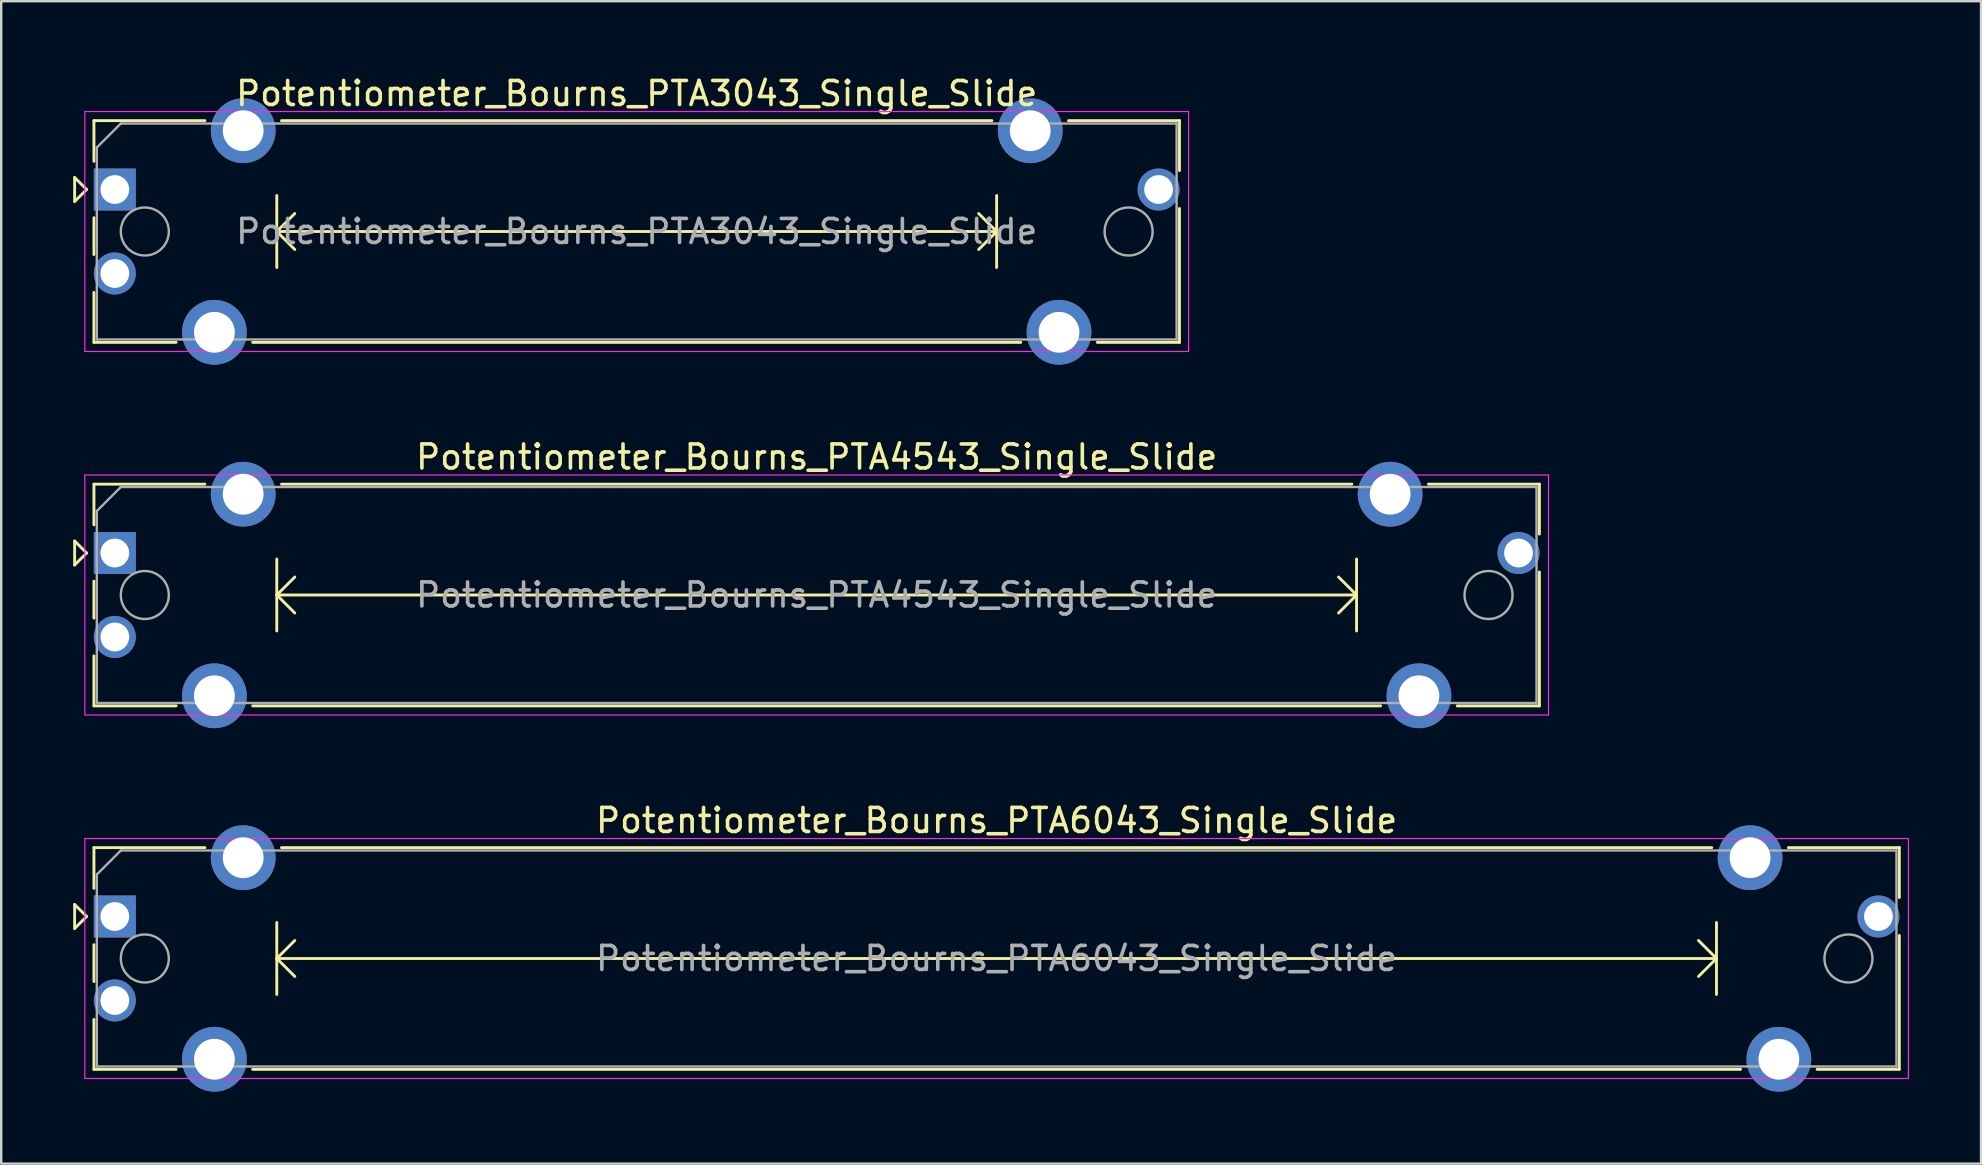
<source format=kicad_pcb>
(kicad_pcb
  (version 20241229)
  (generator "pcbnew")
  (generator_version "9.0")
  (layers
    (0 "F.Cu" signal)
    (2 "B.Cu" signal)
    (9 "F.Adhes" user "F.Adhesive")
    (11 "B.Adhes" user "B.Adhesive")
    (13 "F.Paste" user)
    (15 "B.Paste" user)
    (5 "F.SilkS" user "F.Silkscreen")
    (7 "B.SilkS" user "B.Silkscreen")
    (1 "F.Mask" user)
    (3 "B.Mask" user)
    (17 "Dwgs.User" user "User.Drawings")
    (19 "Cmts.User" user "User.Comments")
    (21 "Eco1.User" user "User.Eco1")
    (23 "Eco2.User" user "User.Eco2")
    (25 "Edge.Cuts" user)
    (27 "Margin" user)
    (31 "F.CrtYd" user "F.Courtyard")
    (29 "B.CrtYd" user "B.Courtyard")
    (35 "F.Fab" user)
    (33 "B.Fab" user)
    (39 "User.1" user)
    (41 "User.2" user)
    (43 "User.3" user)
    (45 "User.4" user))
  (footprint "Potentiometer_Bourns_PTA6043_Single_Slide"
    (layer "F.Cu")
    (at 1.735 35.145)
    (property "Reference" "Potentiometer_Bourns_PTA6043_Single_Slide" (at 36.75 -4 0) (layer "F.SilkS") (effects (font (size 1 1) (thickness 0.15))))
    (attr through_hole)
    (fp_line (start -1.675 -0.5) (end -1.675 0.5) (stroke (width 0.12) (type solid)) (layer "F.SilkS"))
    (fp_line (start -1.675 0.5) (end -1.175 0) (stroke (width 0.12) (type solid)) (layer "F.SilkS"))
    (fp_line (start -1.175 0) (end -1.675 -0.5) (stroke (width 0.12) (type solid)) (layer "F.SilkS"))
    (fp_line (start -0.87 -2.87) (end 3.754 -2.87) (stroke (width 0.12) (type solid)) (layer "F.SilkS"))
    (fp_line (start -0.87 -1.175) (end -0.87 -2.87) (stroke (width 0.12) (type solid)) (layer "F.SilkS"))
    (fp_line (start -0.87 2.71) (end -0.87 1.175) (stroke (width 0.12) (type solid)) (layer "F.SilkS"))
    (fp_line (start -0.87 6.37) (end -0.87 4.29) (stroke (width 0.12) (type solid)) (layer "F.SilkS"))
    (fp_line (start 2.554 6.37) (end -0.87 6.37) (stroke (width 0.12) (type solid)) (layer "F.SilkS"))
    (fp_line (start 6.75 0.25) (end 6.75 3.25) (stroke (width 0.12) (type solid)) (layer "F.SilkS"))
    (fp_line (start 6.75 1.75) (end 7.5 2.5) (stroke (width 0.12) (type solid)) (layer "F.SilkS"))
    (fp_line (start 6.75 1.75) (end 66.75 1.75) (stroke (width 0.12) (type solid)) (layer "F.SilkS"))
    (fp_line (start 6.946 -2.87) (end 66.554 -2.87) (stroke (width 0.12) (type solid)) (layer "F.SilkS"))
    (fp_line (start 7.5 1) (end 6.75 1.75) (stroke (width 0.12) (type solid)) (layer "F.SilkS"))
    (fp_line (start 66 1) (end 66.75 1.75) (stroke (width 0.12) (type solid)) (layer "F.SilkS"))
    (fp_line (start 66.75 0.25) (end 66.75 3.25) (stroke (width 0.12) (type solid)) (layer "F.SilkS"))
    (fp_line (start 66.75 1.75) (end 66 2.5) (stroke (width 0.12) (type solid)) (layer "F.SilkS"))
    (fp_line (start 67.754 6.37) (end 5.746 6.37) (stroke (width 0.12) (type solid)) (layer "F.SilkS"))
    (fp_line (start 69.746 -2.87) (end 74.37 -2.87) (stroke (width 0.12) (type solid)) (layer "F.SilkS"))
    (fp_line (start 74.37 -2.87) (end 74.37 -0.79) (stroke (width 0.12) (type solid)) (layer "F.SilkS"))
    (fp_line (start 74.37 0.79) (end 74.37 6.37) (stroke (width 0.12) (type solid)) (layer "F.SilkS"))
    (fp_line (start 74.37 6.37) (end 70.946 6.37) (stroke (width 0.12) (type solid)) (layer "F.SilkS"))
    (fp_line (start -1.25 -3.25) (end -1.25 6.75) (stroke (width 0.05) (type solid)) (layer "F.CrtYd"))
    (fp_line (start -1.25 6.75) (end 74.75 6.75) (stroke (width 0.05) (type solid)) (layer "F.CrtYd"))
    (fp_line (start 74.75 -3.25) (end -1.25 -3.25) (stroke (width 0.05) (type solid)) (layer "F.CrtYd"))
    (fp_line (start 74.75 6.75) (end 74.75 -3.25) (stroke (width 0.05) (type solid)) (layer "F.CrtYd"))
    (fp_line (start -0.75 -1.75) (end 0.25 -2.75) (stroke (width 0.1) (type solid)) (layer "F.Fab"))
    (fp_line (start -0.75 6.25) (end -0.75 -1.75) (stroke (width 0.1) (type solid)) (layer "F.Fab"))
    (fp_line (start 0.25 -2.75) (end 74.25 -2.75) (stroke (width 0.1) (type solid)) (layer "F.Fab"))
    (fp_line (start 74.25 -2.75) (end 74.25 6.25) (stroke (width 0.1) (type solid)) (layer "F.Fab"))
    (fp_line (start 74.25 6.25) (end -0.75 6.25) (stroke (width 0.1) (type solid)) (layer "F.Fab"))
    (fp_circle (center 1.25 1.75) (end 2.25 1.75) (stroke (width 0.1) (type solid)) (fill no) (layer "F.Fab"))
    (fp_circle (center 72.25 1.75) (end 73.25 1.75) (stroke (width 0.1) (type solid)) (fill no) (layer "F.Fab"))
    (fp_text user "${REFERENCE}" (at 36.75 1.75 0) (layer "F.Fab") (effects (font (size 1 1) (thickness 0.15))))
    (pad "1" thru_hole rect (at 0 0) (size 1.75 1.75) (drill 1.2) (layers "*.Cu" "*.Mask"))
    (pad "2" thru_hole circle (at 0 3.5) (size 1.75 1.75) (drill 1.2) (layers "*.Cu" "*.Mask"))
    (pad "3" thru_hole circle (at 73.5 0) (size 1.75 1.75) (drill 1.2) (layers "*.Cu" "*.Mask"))
    (pad "MP" thru_hole circle (at 4.15 5.95) (size 2.7 2.7) (drill 1.7) (layers "*.Cu" "*.Mask"))
    (pad "MP" thru_hole circle (at 5.35 -2.45) (size 2.7 2.7) (drill 1.7) (layers "*.Cu" "*.Mask"))
    (pad "MP" thru_hole circle (at 68.15 -2.45) (size 2.7 2.7) (drill 1.7) (layers "*.Cu" "*.Mask"))
    (pad "MP" thru_hole circle (at 69.35 5.95) (size 2.7 2.7) (drill 1.7) (layers "*.Cu" "*.Mask")))
  (footprint "Potentiometer_Bourns_PTA4543_Single_Slide"
    (layer "F.Cu")
    (at 1.735 19.997)
    (property "Reference" "Potentiometer_Bourns_PTA4543_Single_Slide" (at 29.25 -4 0) (layer "F.SilkS") (effects (font (size 1 1) (thickness 0.15))))
    (attr through_hole)
    (fp_line (start -1.675 -0.5) (end -1.675 0.5) (stroke (width 0.12) (type solid)) (layer "F.SilkS"))
    (fp_line (start -1.675 0.5) (end -1.175 0) (stroke (width 0.12) (type solid)) (layer "F.SilkS"))
    (fp_line (start -1.175 0) (end -1.675 -0.5) (stroke (width 0.12) (type solid)) (layer "F.SilkS"))
    (fp_line (start -0.87 -2.87) (end 3.754 -2.87) (stroke (width 0.12) (type solid)) (layer "F.SilkS"))
    (fp_line (start -0.87 -1.175) (end -0.87 -2.87) (stroke (width 0.12) (type solid)) (layer "F.SilkS"))
    (fp_line (start -0.87 2.71) (end -0.87 1.175) (stroke (width 0.12) (type solid)) (layer "F.SilkS"))
    (fp_line (start -0.87 6.37) (end -0.87 4.29) (stroke (width 0.12) (type solid)) (layer "F.SilkS"))
    (fp_line (start 2.554 6.37) (end -0.87 6.37) (stroke (width 0.12) (type solid)) (layer "F.SilkS"))
    (fp_line (start 6.75 0.25) (end 6.75 3.25) (stroke (width 0.12) (type solid)) (layer "F.SilkS"))
    (fp_line (start 6.75 1.75) (end 7.5 2.5) (stroke (width 0.12) (type solid)) (layer "F.SilkS"))
    (fp_line (start 6.75 1.75) (end 51.75 1.75) (stroke (width 0.12) (type solid)) (layer "F.SilkS"))
    (fp_line (start 6.946 -2.87) (end 51.554 -2.87) (stroke (width 0.12) (type solid)) (layer "F.SilkS"))
    (fp_line (start 7.5 1) (end 6.75 1.75) (stroke (width 0.12) (type solid)) (layer "F.SilkS"))
    (fp_line (start 51 1) (end 51.75 1.75) (stroke (width 0.12) (type solid)) (layer "F.SilkS"))
    (fp_line (start 51.75 0.25) (end 51.75 3.25) (stroke (width 0.12) (type solid)) (layer "F.SilkS"))
    (fp_line (start 51.75 1.75) (end 51 2.5) (stroke (width 0.12) (type solid)) (layer "F.SilkS"))
    (fp_line (start 52.754 6.37) (end 5.746 6.37) (stroke (width 0.12) (type solid)) (layer "F.SilkS"))
    (fp_line (start 54.746 -2.87) (end 59.37 -2.87) (stroke (width 0.12) (type solid)) (layer "F.SilkS"))
    (fp_line (start 59.37 -2.87) (end 59.37 -0.79) (stroke (width 0.12) (type solid)) (layer "F.SilkS"))
    (fp_line (start 59.37 0.79) (end 59.37 6.37) (stroke (width 0.12) (type solid)) (layer "F.SilkS"))
    (fp_line (start 59.37 6.37) (end 55.946 6.37) (stroke (width 0.12) (type solid)) (layer "F.SilkS"))
    (fp_line (start -1.25 -3.25) (end -1.25 6.75) (stroke (width 0.05) (type solid)) (layer "F.CrtYd"))
    (fp_line (start -1.25 6.75) (end 59.75 6.75) (stroke (width 0.05) (type solid)) (layer "F.CrtYd"))
    (fp_line (start 59.75 -3.25) (end -1.25 -3.25) (stroke (width 0.05) (type solid)) (layer "F.CrtYd"))
    (fp_line (start 59.75 6.75) (end 59.75 -3.25) (stroke (width 0.05) (type solid)) (layer "F.CrtYd"))
    (fp_line (start -0.75 -1.75) (end 0.25 -2.75) (stroke (width 0.1) (type solid)) (layer "F.Fab"))
    (fp_line (start -0.75 6.25) (end -0.75 -1.75) (stroke (width 0.1) (type solid)) (layer "F.Fab"))
    (fp_line (start 0.25 -2.75) (end 59.25 -2.75) (stroke (width 0.1) (type solid)) (layer "F.Fab"))
    (fp_line (start 59.25 -2.75) (end 59.25 6.25) (stroke (width 0.1) (type solid)) (layer "F.Fab"))
    (fp_line (start 59.25 6.25) (end -0.75 6.25) (stroke (width 0.1) (type solid)) (layer "F.Fab"))
    (fp_circle (center 1.25 1.75) (end 2.25 1.75) (stroke (width 0.1) (type solid)) (fill no) (layer "F.Fab"))
    (fp_circle (center 57.25 1.75) (end 58.25 1.75) (stroke (width 0.1) (type solid)) (fill no) (layer "F.Fab"))
    (fp_text user "${REFERENCE}" (at 29.25 1.75 0) (layer "F.Fab") (effects (font (size 1 1) (thickness 0.15))))
    (pad "1" thru_hole rect (at 0 0) (size 1.75 1.75) (drill 1.2) (layers "*.Cu" "*.Mask"))
    (pad "2" thru_hole circle (at 0 3.5) (size 1.75 1.75) (drill 1.2) (layers "*.Cu" "*.Mask"))
    (pad "3" thru_hole circle (at 58.5 0) (size 1.75 1.75) (drill 1.2) (layers "*.Cu" "*.Mask"))
    (pad "MP" thru_hole circle (at 4.15 5.95) (size 2.7 2.7) (drill 1.7) (layers "*.Cu" "*.Mask"))
    (pad "MP" thru_hole circle (at 5.35 -2.45) (size 2.7 2.7) (drill 1.7) (layers "*.Cu" "*.Mask"))
    (pad "MP" thru_hole circle (at 53.15 -2.45) (size 2.7 2.7) (drill 1.7) (layers "*.Cu" "*.Mask"))
    (pad "MP" thru_hole circle (at 54.35 5.95) (size 2.7 2.7) (drill 1.7) (layers "*.Cu" "*.Mask")))
  (footprint "Potentiometer_Bourns_PTA3043_Single_Slide"
    (layer "F.Cu")
    (at 1.735 4.848)
    (property "Reference" "Potentiometer_Bourns_PTA3043_Single_Slide" (at 21.75 -4 0) (layer "F.SilkS") (effects (font (size 1 1) (thickness 0.15))))
    (attr through_hole)
    (fp_line (start -1.675 -0.5) (end -1.675 0.5) (stroke (width 0.12) (type solid)) (layer "F.SilkS"))
    (fp_line (start -1.675 0.5) (end -1.175 0) (stroke (width 0.12) (type solid)) (layer "F.SilkS"))
    (fp_line (start -1.175 0) (end -1.675 -0.5) (stroke (width 0.12) (type solid)) (layer "F.SilkS"))
    (fp_line (start -0.87 -2.87) (end 3.754 -2.87) (stroke (width 0.12) (type solid)) (layer "F.SilkS"))
    (fp_line (start -0.87 -1.175) (end -0.87 -2.87) (stroke (width 0.12) (type solid)) (layer "F.SilkS"))
    (fp_line (start -0.87 2.71) (end -0.87 1.175) (stroke (width 0.12) (type solid)) (layer "F.SilkS"))
    (fp_line (start -0.87 6.37) (end -0.87 4.29) (stroke (width 0.12) (type solid)) (layer "F.SilkS"))
    (fp_line (start 2.554 6.37) (end -0.87 6.37) (stroke (width 0.12) (type solid)) (layer "F.SilkS"))
    (fp_line (start 6.75 0.25) (end 6.75 3.25) (stroke (width 0.12) (type solid)) (layer "F.SilkS"))
    (fp_line (start 6.75 1.75) (end 7.5 2.5) (stroke (width 0.12) (type solid)) (layer "F.SilkS"))
    (fp_line (start 6.75 1.75) (end 36.75 1.75) (stroke (width 0.12) (type solid)) (layer "F.SilkS"))
    (fp_line (start 6.946 -2.87) (end 36.554 -2.87) (stroke (width 0.12) (type solid)) (layer "F.SilkS"))
    (fp_line (start 7.5 1) (end 6.75 1.75) (stroke (width 0.12) (type solid)) (layer "F.SilkS"))
    (fp_line (start 36 1) (end 36.75 1.75) (stroke (width 0.12) (type solid)) (layer "F.SilkS"))
    (fp_line (start 36.75 0.25) (end 36.75 3.25) (stroke (width 0.12) (type solid)) (layer "F.SilkS"))
    (fp_line (start 36.75 1.75) (end 36 2.5) (stroke (width 0.12) (type solid)) (layer "F.SilkS"))
    (fp_line (start 37.754 6.37) (end 5.746 6.37) (stroke (width 0.12) (type solid)) (layer "F.SilkS"))
    (fp_line (start 39.746 -2.87) (end 44.37 -2.87) (stroke (width 0.12) (type solid)) (layer "F.SilkS"))
    (fp_line (start 44.37 -2.87) (end 44.37 -0.79) (stroke (width 0.12) (type solid)) (layer "F.SilkS"))
    (fp_line (start 44.37 0.79) (end 44.37 6.37) (stroke (width 0.12) (type solid)) (layer "F.SilkS"))
    (fp_line (start 44.37 6.37) (end 40.946 6.37) (stroke (width 0.12) (type solid)) (layer "F.SilkS"))
    (fp_line (start -1.25 -3.25) (end -1.25 6.75) (stroke (width 0.05) (type solid)) (layer "F.CrtYd"))
    (fp_line (start -1.25 6.75) (end 44.75 6.75) (stroke (width 0.05) (type solid)) (layer "F.CrtYd"))
    (fp_line (start 44.75 -3.25) (end -1.25 -3.25) (stroke (width 0.05) (type solid)) (layer "F.CrtYd"))
    (fp_line (start 44.75 6.75) (end 44.75 -3.25) (stroke (width 0.05) (type solid)) (layer "F.CrtYd"))
    (fp_line (start -0.75 -1.75) (end 0.25 -2.75) (stroke (width 0.1) (type solid)) (layer "F.Fab"))
    (fp_line (start -0.75 6.25) (end -0.75 -1.75) (stroke (width 0.1) (type solid)) (layer "F.Fab"))
    (fp_line (start 0.25 -2.75) (end 44.25 -2.75) (stroke (width 0.1) (type solid)) (layer "F.Fab"))
    (fp_line (start 44.25 -2.75) (end 44.25 6.25) (stroke (width 0.1) (type solid)) (layer "F.Fab"))
    (fp_line (start 44.25 6.25) (end -0.75 6.25) (stroke (width 0.1) (type solid)) (layer "F.Fab"))
    (fp_circle (center 1.25 1.75) (end 2.25 1.75) (stroke (width 0.1) (type solid)) (fill no) (layer "F.Fab"))
    (fp_circle (center 42.25 1.75) (end 43.25 1.75) (stroke (width 0.1) (type solid)) (fill no) (layer "F.Fab"))
    (fp_text user "${REFERENCE}" (at 21.75 1.75 0) (layer "F.Fab") (effects (font (size 1 1) (thickness 0.15))))
    (pad "1" thru_hole rect (at 0 0) (size 1.75 1.75) (drill 1.2) (layers "*.Cu" "*.Mask"))
    (pad "2" thru_hole circle (at 0 3.5) (size 1.75 1.75) (drill 1.2) (layers "*.Cu" "*.Mask"))
    (pad "3" thru_hole circle (at 43.5 0) (size 1.75 1.75) (drill 1.2) (layers "*.Cu" "*.Mask"))
    (pad "MP" thru_hole circle (at 4.15 5.95) (size 2.7 2.7) (drill 1.7) (layers "*.Cu" "*.Mask"))
    (pad "MP" thru_hole circle (at 5.35 -2.45) (size 2.7 2.7) (drill 1.7) (layers "*.Cu" "*.Mask"))
    (pad "MP" thru_hole circle (at 38.15 -2.45) (size 2.7 2.7) (drill 1.7) (layers "*.Cu" "*.Mask"))
    (pad "MP" thru_hole circle (at 39.35 5.95) (size 2.7 2.7) (drill 1.7) (layers "*.Cu" "*.Mask")))
  (gr_rect
    (start -3 -3)
    (end 79.51 45.445)
    (stroke (width 0.1) (type default))
    (fill no)
    (layer "Edge.Cuts")))
</source>
